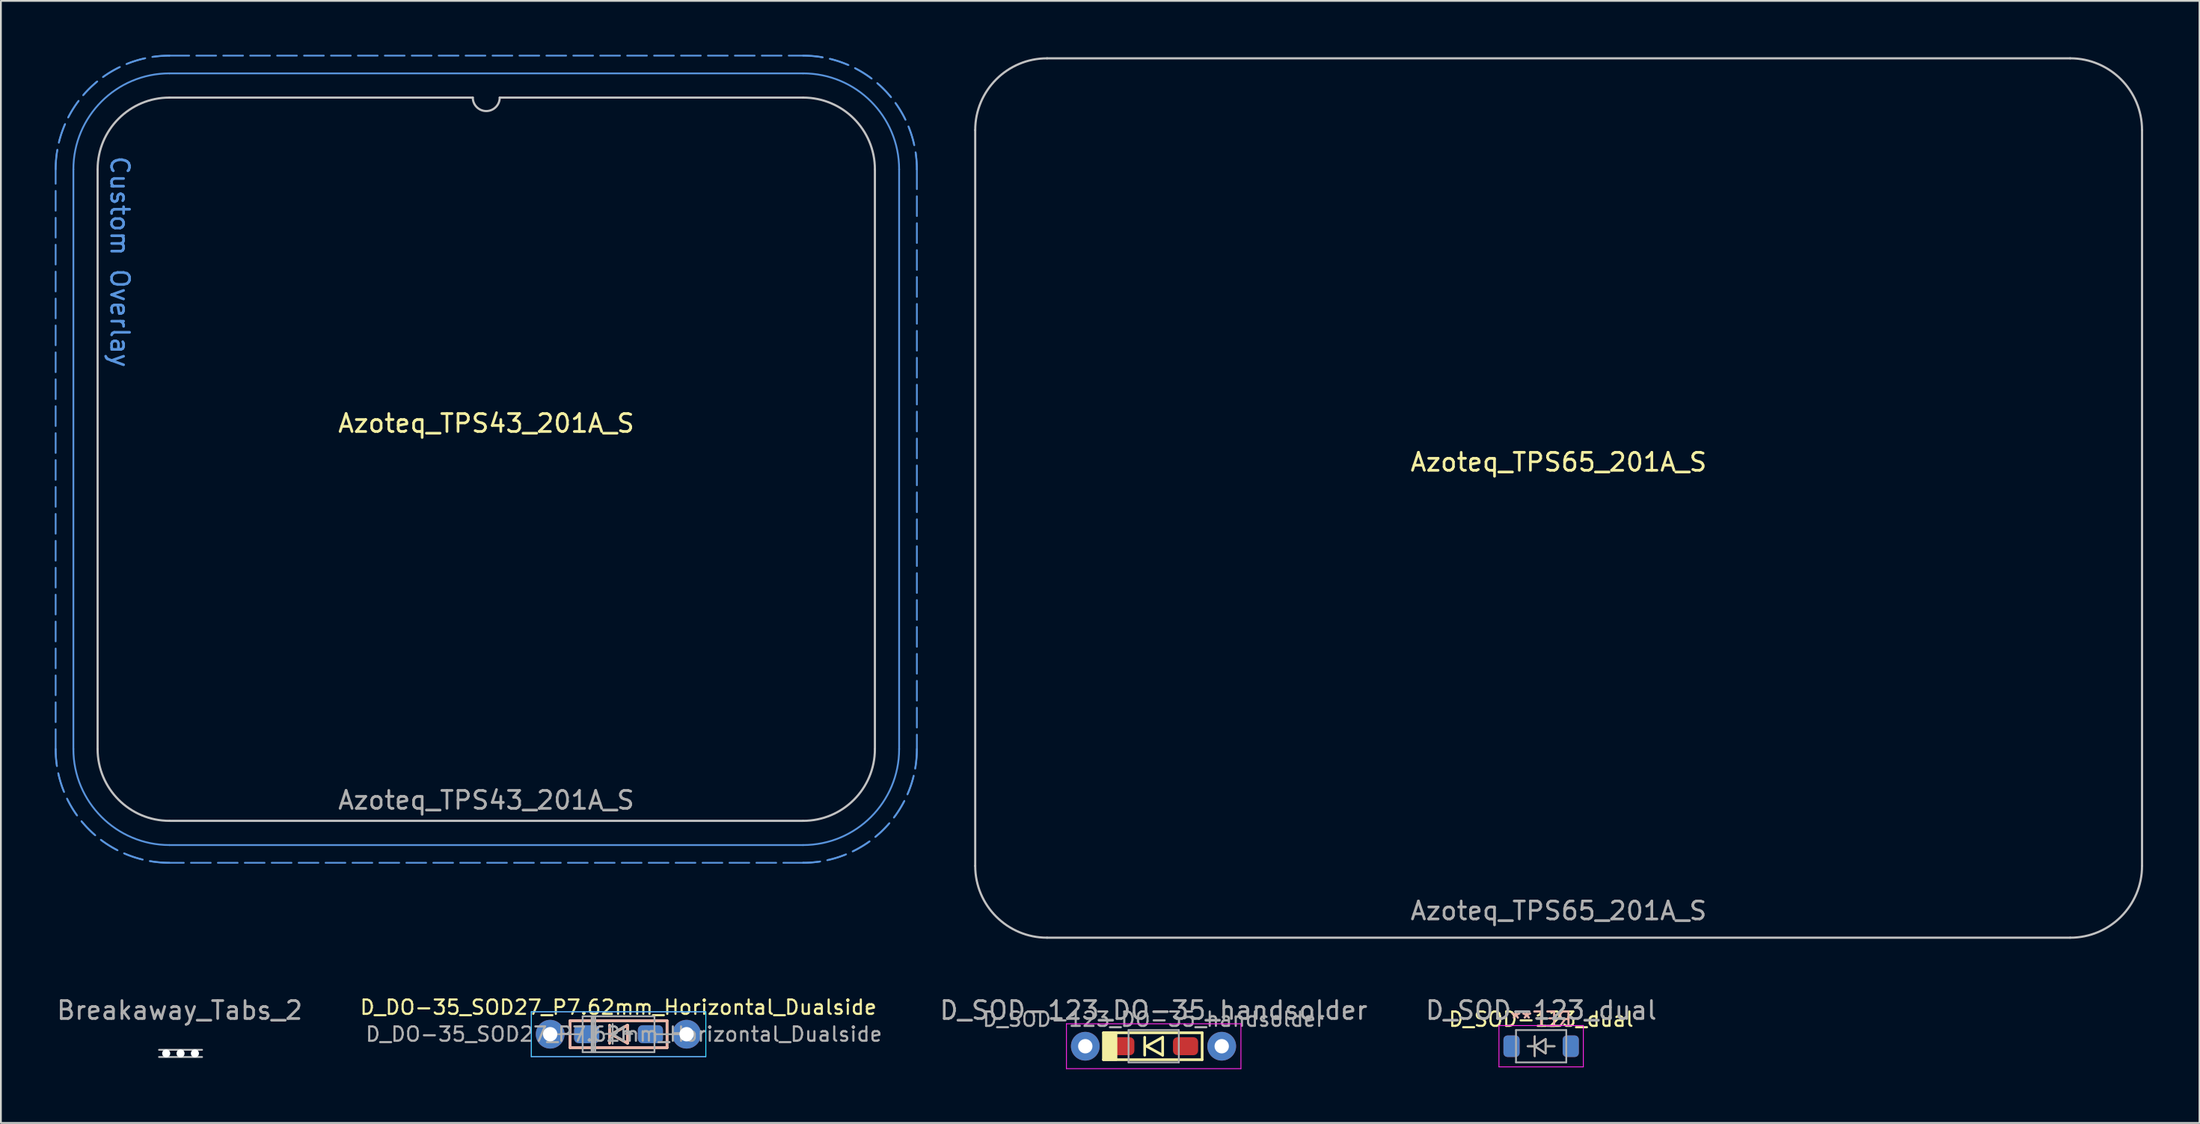
<source format=kicad_pcb>
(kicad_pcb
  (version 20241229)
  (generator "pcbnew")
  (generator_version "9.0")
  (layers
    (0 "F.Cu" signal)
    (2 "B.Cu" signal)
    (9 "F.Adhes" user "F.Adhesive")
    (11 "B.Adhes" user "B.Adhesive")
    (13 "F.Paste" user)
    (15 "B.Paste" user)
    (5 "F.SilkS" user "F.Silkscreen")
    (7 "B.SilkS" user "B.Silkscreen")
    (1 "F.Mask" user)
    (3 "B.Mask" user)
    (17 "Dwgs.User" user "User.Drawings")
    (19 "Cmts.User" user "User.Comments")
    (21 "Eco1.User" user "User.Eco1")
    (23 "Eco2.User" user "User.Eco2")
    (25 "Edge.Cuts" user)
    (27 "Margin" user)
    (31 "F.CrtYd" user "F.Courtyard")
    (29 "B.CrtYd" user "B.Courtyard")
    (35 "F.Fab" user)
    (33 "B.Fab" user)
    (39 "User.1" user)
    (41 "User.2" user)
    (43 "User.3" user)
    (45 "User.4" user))
  (footprint "Azoteq_TPS43_201A_S"
    (layer "F.Cu")
    (at 24.038 22.538)
    (property "Reference" "Azoteq_TPS43_201A_S" (at 0 -2 0) (unlocked yes) (layer "F.SilkS") (effects (font (size 1 1) (thickness 0.15))))
    (fp_line (start -21.65 16.15) (end -21.65 -16.15) (stroke (width 0.12) (type default)) (layer "Dwgs.User"))
    (fp_line (start -17.65 -20.15) (end -0.75 -20.15) (stroke (width 0.12) (type default)) (layer "Dwgs.User"))
    (fp_line (start -17.65 20.15) (end 17.65 20.15) (stroke (width 0.12) (type default)) (layer "Dwgs.User"))
    (fp_line (start 17.65 -20.15) (end 0.75 -20.15) (stroke (width 0.12) (type default)) (layer "Dwgs.User"))
    (fp_line (start 21.65 16.15) (end 21.65 -16.15) (stroke (width 0.12) (type default)) (layer "Dwgs.User"))
    (fp_arc (start -21.65 -16.15) (mid -20.478427 -18.978427) (end -17.65 -20.15) (stroke (width 0.12) (type default)) (layer "Dwgs.User"))
    (fp_arc (start -17.65 20.15) (mid -20.478427 18.978427) (end -21.65 16.15) (stroke (width 0.12) (type default)) (layer "Dwgs.User"))
    (fp_arc (start 0.75 -20.15) (mid 0 -19.4) (end -0.75 -20.15) (stroke (width 0.12) (type default)) (layer "Dwgs.User"))
    (fp_arc (start 17.65 -20.15) (mid 20.478427 -18.978427) (end 21.65 -16.15) (stroke (width 0.12) (type default)) (layer "Dwgs.User"))
    (fp_arc (start 21.65 16.15) (mid 20.478427 18.978427) (end 17.65 20.15) (stroke (width 0.12) (type default)) (layer "Dwgs.User"))
    (fp_line (start -23.988 16.15) (end -23.988 -16.15) (stroke (width 0.1) (type dash)) (layer "Cmts.User"))
    (fp_line (start -23 16.15) (end -23 -16.15) (stroke (width 0.1) (type default)) (layer "Cmts.User"))
    (fp_line (start -17.65 -22.488) (end 17.65 -22.488) (stroke (width 0.1) (type dash)) (layer "Cmts.User"))
    (fp_line (start -17.65 -21.5) (end 17.65 -21.5) (stroke (width 0.1) (type default)) (layer "Cmts.User"))
    (fp_line (start 17.65 21.5) (end -17.65 21.5) (stroke (width 0.1) (type default)) (layer "Cmts.User"))
    (fp_line (start 17.65 22.488) (end -17.65 22.488) (stroke (width 0.1) (type dash)) (layer "Cmts.User"))
    (fp_line (start 23 -16.15) (end 23 16.15) (stroke (width 0.1) (type default)) (layer "Cmts.User"))
    (fp_line (start 23.988 -16.15) (end 23.988 16.15) (stroke (width 0.1) (type dash)) (layer "Cmts.User"))
    (fp_arc (start -23.988 -16.15) (mid -22.131643 -20.631642) (end -17.65 -22.488) (stroke (width 0.1) (type dash)) (layer "Cmts.User"))
    (fp_arc (start -23 -16.15) (mid -21.433022 -19.933022) (end -17.65 -21.5) (stroke (width 0.1) (type default)) (layer "Cmts.User"))
    (fp_arc (start -17.65 21.5) (mid -21.433022 19.933022) (end -23 16.15) (stroke (width 0.1) (type default)) (layer "Cmts.User"))
    (fp_arc (start -17.65 22.488) (mid -22.131641 20.631642) (end -23.988 16.15) (stroke (width 0.1) (type dash)) (layer "Cmts.User"))
    (fp_arc (start 17.65 -22.488) (mid 22.131642 -20.631643) (end 23.988 -16.15) (stroke (width 0.1) (type dash)) (layer "Cmts.User"))
    (fp_arc (start 17.65 -21.5) (mid 21.433022 -19.933022) (end 23 -16.15) (stroke (width 0.1) (type default)) (layer "Cmts.User"))
    (fp_arc (start 23 16.15) (mid 21.433021 19.933021) (end 17.65 21.5) (stroke (width 0.1) (type default)) (layer "Cmts.User"))
    (fp_arc (start 23.988 16.15) (mid 22.131642 20.631642) (end 17.65 22.488) (stroke (width 0.1) (type dash)) (layer "Cmts.User"))
    (fp_line (start -21.8 16.15) (end -21.8 -16.15) (stroke (width 0.1) (type default)) (layer "Eco1.User"))
    (fp_line (start -17.65 -20.3) (end 17.65 -20.3) (stroke (width 0.1) (type default)) (layer "Eco1.User"))
    (fp_line (start 17.65 20.3) (end -17.65 20.3) (stroke (width 0.1) (type default)) (layer "Eco1.User"))
    (fp_line (start 21.8 -16.15) (end 21.8 16.15) (stroke (width 0.1) (type default)) (layer "Eco1.User"))
    (fp_arc (start -21.8 -16.15) (mid -20.584493 -19.084493) (end -17.65 -20.3) (stroke (width 0.1) (type default)) (layer "Eco1.User"))
    (fp_arc (start -17.65 20.3) (mid -20.584493 19.084493) (end -21.8 16.15) (stroke (width 0.1) (type default)) (layer "Eco1.User"))
    (fp_arc (start 17.65 -20.3) (mid 20.584493 -19.084493) (end 21.8 -16.15) (stroke (width 0.1) (type default)) (layer "Eco1.User"))
    (fp_arc (start 21.8 16.15) (mid 20.584493 19.084493) (end 17.65 20.3) (stroke (width 0.1) (type default)) (layer "Eco1.User"))
    (fp_text user "Custom Overlay" (at -21 -11 270) (unlocked yes) (layer "Cmts.User") (effects (font (size 1 1) (thickness 0.15)) (justify bottom)))
    (fp_text user "Overlay cut1 TOL" (at 21.1 15.8 90) (unlocked yes) (layer "Eco1.User") (effects (font (size 1 1) (thickness 0.15)) (justify left bottom)))
    (fp_text user "${REFERENCE}" (at 0 19 0) (unlocked yes) (layer "F.Fab") (effects (font (size 1 1) (thickness 0.15)))))
  (footprint "Azoteq_TPS65_201A_S"
    (layer "F.Cu")
    (at 83.776 24.7)
    (property "Reference" "Azoteq_TPS65_201A_S" (at 0 -2 0) (unlocked yes) (layer "F.SilkS") (effects (font (size 1 1) (thickness 0.15))))
    (fp_line (start -32.5 20.5) (end -32.5 -20.5) (stroke (width 0.12) (type default)) (layer "Dwgs.User"))
    (fp_line (start 28.5 -24.5) (end -28.5 -24.5) (stroke (width 0.12) (type default)) (layer "Dwgs.User"))
    (fp_line (start 28.5 24.5) (end -28.5 24.5) (stroke (width 0.12) (type default)) (layer "Dwgs.User"))
    (fp_line (start 32.5 -20.5) (end 32.5 20.5) (stroke (width 0.12) (type default)) (layer "Dwgs.User"))
    (fp_arc (start -32.5 -20.5) (mid -31.328427 -23.328427) (end -28.5 -24.5) (stroke (width 0.12) (type default)) (layer "Dwgs.User"))
    (fp_arc (start -28.5 24.5) (mid -31.328427 23.328427) (end -32.5 20.5) (stroke (width 0.12) (type default)) (layer "Dwgs.User"))
    (fp_arc (start 28.5 -24.5) (mid 31.328427 -23.328427) (end 32.5 -20.5) (stroke (width 0.12) (type default)) (layer "Dwgs.User"))
    (fp_arc (start 32.5 20.5) (mid 31.328427 23.328427) (end 28.5 24.5) (stroke (width 0.12) (type default)) (layer "Dwgs.User"))
    (fp_line (start -32.65 -20.5) (end -32.65 20.5) (stroke (width 0.1) (type default)) (layer "Eco1.User"))
    (fp_line (start -28.5 24.65) (end 28.5 24.65) (stroke (width 0.1) (type default)) (layer "Eco1.User"))
    (fp_line (start 28.5 -24.65) (end -28.5 -24.65) (stroke (width 0.1) (type default)) (layer "Eco1.User"))
    (fp_line (start 32.65 20.5) (end 32.65 -20.5) (stroke (width 0.1) (type default)) (layer "Eco1.User"))
    (fp_arc (start -32.65 -20.5) (mid -31.434493 -23.434493) (end -28.5 -24.65) (stroke (width 0.1) (type default)) (layer "Eco1.User"))
    (fp_arc (start -28.5 24.65) (mid -31.434493 23.434493) (end -32.65 20.5) (stroke (width 0.1) (type default)) (layer "Eco1.User"))
    (fp_arc (start 28.5 -24.65) (mid 31.434493 -23.434493) (end 32.65 -20.5) (stroke (width 0.1) (type default)) (layer "Eco1.User"))
    (fp_arc (start 32.65 20.5) (mid 31.434493 23.434493) (end 28.5 24.65) (stroke (width 0.1) (type default)) (layer "Eco1.User"))
    (fp_text user "Overlay cut1 TOL" (at 32 20.5 90) (unlocked yes) (layer "Eco1.User") (effects (font (size 1 1) (thickness 0.15)) (justify left bottom)))
    (fp_text user "${REFERENCE}" (at 0 23 0) (unlocked yes) (layer "F.Fab") (effects (font (size 1 1) (thickness 0.15)))))
  (footprint "D_DO-35_SOD27_P7.62mm_Horizontal_Dualside"
    (layer "F.Cu")
    (at 31.398 54.579)
    (property "Reference" "D_DO-35_SOD27_P7.62mm_Horizontal_Dualside" (at 0 -1.5 180) (layer "F.SilkS") (effects (font (size 0.8 0.8) (thickness 0.12))))
    (attr through_hole)
    (fp_line (start -2.69 -0.75) (end -2.69 0.75) (stroke (width 0.15) (type solid)) (layer "F.SilkS"))
    (fp_line (start -2.69 0.75) (end 2.71 0.75) (stroke (width 0.15) (type solid)) (layer "F.SilkS"))
    (fp_line (start -0.49 -0.5) (end -0.49 0.5) (stroke (width 0.15) (type solid)) (layer "F.SilkS"))
    (fp_line (start -0.39 0) (end 0.51 -0.5) (stroke (width 0.15) (type solid)) (layer "F.SilkS"))
    (fp_line (start 0.51 -0.5) (end 0.51 0.5) (stroke (width 0.15) (type solid)) (layer "F.SilkS"))
    (fp_line (start 0.51 0.5) (end -0.39 0) (stroke (width 0.15) (type solid)) (layer "F.SilkS"))
    (fp_line (start 2.71 -0.75) (end -2.69 -0.75) (stroke (width 0.15) (type solid)) (layer "F.SilkS"))
    (fp_line (start 2.71 -0.75) (end 2.71 0.75) (stroke (width 0.15) (type solid)) (layer "F.SilkS"))
    (fp_line (start -2.69 -0.75) (end -2.69 0.75) (stroke (width 0.15) (type solid)) (layer "B.SilkS"))
    (fp_line (start -2.69 -0.75) (end 2.71 -0.75) (stroke (width 0.15) (type solid)) (layer "B.SilkS"))
    (fp_line (start -0.49 0.5) (end -0.49 -0.5) (stroke (width 0.15) (type solid)) (layer "B.SilkS"))
    (fp_line (start -0.39 0) (end 0.51 0.5) (stroke (width 0.15) (type solid)) (layer "B.SilkS"))
    (fp_line (start 0.51 -0.5) (end -0.39 0) (stroke (width 0.15) (type solid)) (layer "B.SilkS"))
    (fp_line (start 0.51 0.5) (end 0.51 -0.5) (stroke (width 0.15) (type solid)) (layer "B.SilkS"))
    (fp_line (start 2.71 -0.75) (end 2.71 0.75) (stroke (width 0.15) (type solid)) (layer "B.SilkS"))
    (fp_line (start 2.71 0.75) (end -2.69 0.75) (stroke (width 0.15) (type solid)) (layer "B.SilkS"))
    (fp_line (start -4.85 -1.25) (end 4.87 -1.25) (stroke (width 0.05) (type solid)) (layer "B.CrtYd"))
    (fp_line (start -4.85 1.25) (end -4.85 -1.25) (stroke (width 0.05) (type solid)) (layer "B.CrtYd"))
    (fp_line (start 4.87 -1.25) (end 4.87 1.25) (stroke (width 0.05) (type solid)) (layer "B.CrtYd"))
    (fp_line (start 4.87 1.25) (end -4.85 1.25) (stroke (width 0.05) (type solid)) (layer "B.CrtYd"))
    (fp_line (start -4.85 -1.25) (end -4.85 1.25) (stroke (width 0.05) (type solid)) (layer "F.CrtYd"))
    (fp_line (start -4.85 1.25) (end 4.87 1.25) (stroke (width 0.05) (type solid)) (layer "F.CrtYd"))
    (fp_line (start 4.87 -1.25) (end -4.85 -1.25) (stroke (width 0.05) (type solid)) (layer "F.CrtYd"))
    (fp_line (start 4.87 1.25) (end 4.87 -1.25) (stroke (width 0.05) (type solid)) (layer "F.CrtYd"))
    (fp_line (start -3.8 0) (end -1.99 0) (stroke (width 0.1) (type solid)) (layer "F.Fab"))
    (fp_line (start -1.99 -1) (end -1.99 1) (stroke (width 0.1) (type solid)) (layer "F.Fab"))
    (fp_line (start -1.99 1) (end 2.01 1) (stroke (width 0.1) (type solid)) (layer "F.Fab"))
    (fp_line (start -1.49 -1) (end -1.49 1) (stroke (width 0.1) (type solid)) (layer "F.Fab"))
    (fp_line (start -1.39 -1) (end -1.39 1) (stroke (width 0.1) (type solid)) (layer "F.Fab"))
    (fp_line (start -1.29 -1) (end -1.29 1) (stroke (width 0.1) (type solid)) (layer "F.Fab"))
    (fp_line (start -0.72 -0.02) (end -0.32 -0.02) (stroke (width 0.1) (type solid)) (layer "F.Fab"))
    (fp_line (start -0.32 -0.02) (end -0.32 -0.57) (stroke (width 0.1) (type solid)) (layer "F.Fab"))
    (fp_line (start -0.32 -0.02) (end -0.32 0.53) (stroke (width 0.1) (type solid)) (layer "F.Fab"))
    (fp_line (start -0.32 -0.02) (end 0.28 -0.42) (stroke (width 0.1) (type solid)) (layer "F.Fab"))
    (fp_line (start 0.28 -0.42) (end 0.28 0.38) (stroke (width 0.1) (type solid)) (layer "F.Fab"))
    (fp_line (start 0.28 -0.02) (end 0.78 -0.02) (stroke (width 0.1) (type solid)) (layer "F.Fab"))
    (fp_line (start 0.28 0.38) (end -0.32 -0.02) (stroke (width 0.1) (type solid)) (layer "F.Fab"))
    (fp_line (start 2.01 -1) (end -1.99 -1) (stroke (width 0.1) (type solid)) (layer "F.Fab"))
    (fp_line (start 2.01 1) (end 2.01 -1) (stroke (width 0.1) (type solid)) (layer "F.Fab"))
    (fp_line (start 3.82 0) (end 2.01 0) (stroke (width 0.1) (type solid)) (layer "F.Fab"))
    (fp_text user "${REFERENCE}" (at 0.31 0 180) (layer "F.Fab") (effects (font (size 0.8 0.8) (thickness 0.12))))
    (pad "1" thru_hole circle (at -3.8 0) (size 1.6 1.6) (drill 0.8) (layers "*.Cu" "*.Mask"))
    (pad "1" smd roundrect (at -1.765 0) (size 1.4 1) (layers "F.Cu" "F.Mask" "F.Paste") (roundrect_rratio 0.25))
    (pad "1" smd roundrect (at -1.765 0 180) (size 1.4 1) (layers "B.Cu" "B.Mask" "B.Paste") (roundrect_rratio 0.25))
    (pad "2" smd roundrect (at 1.785 0) (size 1.4 1) (layers "F.Cu" "F.Mask" "F.Paste") (roundrect_rratio 0.25))
    (pad "2" smd roundrect (at 1.785 0 180) (size 1.4 1) (layers "B.Cu" "B.Mask" "B.Paste") (roundrect_rratio 0.25))
    (pad "2" thru_hole oval (at 3.8 0) (size 1.6 1.6) (drill 0.8) (layers "*.Cu" "*.Mask")))
  (footprint "D_SOD-123_dual"
    (layer "F.Cu")
    (at 82.802 55.248)
    (property "Reference" "D_SOD-123_dual" (at 0 -1.5 0) (layer "F.SilkS") (effects (font (size 0.8 0.8) (thickness 0.12))))
    (attr smd)
    (fp_line (start -0.756 0) (end -0.356 0) (stroke (width 0.1) (type solid)) (layer "F.SilkS"))
    (fp_line (start -0.356 0) (end -0.356 -0.55) (stroke (width 0.1) (type solid)) (layer "F.SilkS"))
    (fp_line (start -0.356 0) (end -0.356 0.55) (stroke (width 0.1) (type solid)) (layer "F.SilkS"))
    (fp_line (start -0.356 0) (end 0.244 -0.4) (stroke (width 0.1) (type solid)) (layer "F.SilkS"))
    (fp_line (start 0.244 -0.4) (end 0.244 0.4) (stroke (width 0.1) (type solid)) (layer "F.SilkS"))
    (fp_line (start 0.244 0) (end 0.744 0) (stroke (width 0.1) (type solid)) (layer "F.SilkS"))
    (fp_line (start 0.244 0.4) (end -0.356 0) (stroke (width 0.1) (type solid)) (layer "F.SilkS"))
    (fp_line (start -0.756 0) (end -0.356 0) (stroke (width 0.1) (type solid)) (layer "B.SilkS"))
    (fp_line (start -0.356 0) (end -0.356 -0.55) (stroke (width 0.1) (type solid)) (layer "B.SilkS"))
    (fp_line (start -0.356 0) (end -0.356 0.55) (stroke (width 0.1) (type solid)) (layer "B.SilkS"))
    (fp_line (start -0.356 0) (end 0.244 0.4) (stroke (width 0.1) (type solid)) (layer "B.SilkS"))
    (fp_line (start 0.244 -0.4) (end -0.356 0) (stroke (width 0.1) (type solid)) (layer "B.SilkS"))
    (fp_line (start 0.244 0) (end 0.744 0) (stroke (width 0.1) (type solid)) (layer "B.SilkS"))
    (fp_line (start 0.244 0.4) (end 0.244 -0.4) (stroke (width 0.1) (type solid)) (layer "B.SilkS"))
    (fp_line (start -2.35 -1.15) (end -2.35 1.15) (stroke (width 0.05) (type solid)) (layer "F.CrtYd"))
    (fp_line (start -2.35 -1.15) (end 2.35 -1.15) (stroke (width 0.05) (type solid)) (layer "F.CrtYd"))
    (fp_line (start 2.35 -1.15) (end 2.35 1.15) (stroke (width 0.05) (type solid)) (layer "F.CrtYd"))
    (fp_line (start 2.35 1.15) (end -2.35 1.15) (stroke (width 0.05) (type solid)) (layer "F.CrtYd"))
    (fp_line (start -1.4 -0.9) (end 1.4 -0.9) (stroke (width 0.1) (type solid)) (layer "F.Fab"))
    (fp_line (start -1.4 0.9) (end -1.4 -0.9) (stroke (width 0.1) (type solid)) (layer "F.Fab"))
    (fp_line (start -0.75 0) (end -0.35 0) (stroke (width 0.1) (type solid)) (layer "F.Fab"))
    (fp_line (start -0.35 0) (end -0.35 -0.55) (stroke (width 0.1) (type solid)) (layer "F.Fab"))
    (fp_line (start -0.35 0) (end -0.35 0.55) (stroke (width 0.1) (type solid)) (layer "F.Fab"))
    (fp_line (start -0.35 0) (end 0.25 -0.4) (stroke (width 0.1) (type solid)) (layer "F.Fab"))
    (fp_line (start 0.25 -0.4) (end 0.25 0.4) (stroke (width 0.1) (type solid)) (layer "F.Fab"))
    (fp_line (start 0.25 0) (end 0.75 0) (stroke (width 0.1) (type solid)) (layer "F.Fab"))
    (fp_line (start 0.25 0.4) (end -0.35 0) (stroke (width 0.1) (type solid)) (layer "F.Fab"))
    (fp_line (start 1.4 -0.9) (end 1.4 0.9) (stroke (width 0.1) (type solid)) (layer "F.Fab"))
    (fp_line (start 1.4 0.9) (end -1.4 0.9) (stroke (width 0.1) (type solid)) (layer "F.Fab"))
    (fp_text user "REF**" (at 0 -1.5 0) (layer "B.SilkS") (effects (font (size 0.8 0.8) (thickness 0.12)) (justify mirror)))
    (fp_text user "${REFERENCE}" (at 0 -2 0) (layer "F.Fab") (effects (font (size 1 1) (thickness 0.15))))
    (pad "1" smd roundrect (at -1.65 0) (size 0.9 1.2) (layers "F.Cu" "F.Mask" "F.Paste") (roundrect_rratio 0.25))
    (pad "1" smd roundrect (at -1.65 0 180) (size 0.9 1.2) (layers "B.Cu" "B.Mask" "B.Paste") (roundrect_rratio 0.25))
    (pad "2" smd roundrect (at 1.65 0) (size 0.9 1.2) (layers "F.Cu" "F.Mask" "F.Paste") (roundrect_rratio 0.25))
    (pad "2" smd roundrect (at 1.65 0 180) (size 0.9 1.2) (layers "B.Cu" "B.Mask" "B.Paste") (roundrect_rratio 0.25)))
  (footprint "D_SOD-123_DO-35_handsolder"
    (layer "F.Cu")
    (at 61.218 55.248)
    (property "Reference" "D_SOD-123_DO-35_handsolder" (at 0 -1.5 0) (layer "F.Fab") (effects (font (size 0.8 0.8) (thickness 0.12))))
    (attr smd)
    (fp_line (start -2.8 -0.75) (end -2.8 0.75) (stroke (width 0.15) (type solid)) (layer "F.SilkS"))
    (fp_line (start -2.8 0.75) (end 2.7 0.75) (stroke (width 0.15) (type solid)) (layer "F.SilkS"))
    (fp_line (start -2.7 -0.75) (end -2.7 0.75) (stroke (width 0.15) (type solid)) (layer "F.SilkS"))
    (fp_line (start -2.6 -0.75) (end -2.6 0.75) (stroke (width 0.15) (type solid)) (layer "F.SilkS"))
    (fp_line (start -2.5 -0.75) (end -2.5 0.75) (stroke (width 0.15) (type solid)) (layer "F.SilkS"))
    (fp_line (start -2.4 -0.75) (end -2.4 0.75) (stroke (width 0.15) (type solid)) (layer "F.SilkS"))
    (fp_line (start -2.3 -0.75) (end -2.3 0.75) (stroke (width 0.15) (type solid)) (layer "F.SilkS"))
    (fp_line (start -2.2 -0.75) (end -2.2 0.75) (stroke (width 0.15) (type solid)) (layer "F.SilkS"))
    (fp_line (start -2.1 -0.75) (end -2.1 0.75) (stroke (width 0.15) (type solid)) (layer "F.SilkS"))
    (fp_line (start -0.5 -0.5) (end -0.5 0.5) (stroke (width 0.15) (type solid)) (layer "F.SilkS"))
    (fp_line (start -0.4 0) (end 0.5 -0.5) (stroke (width 0.15) (type solid)) (layer "F.SilkS"))
    (fp_line (start 0.5 -0.5) (end 0.5 0.5) (stroke (width 0.15) (type solid)) (layer "F.SilkS"))
    (fp_line (start 0.5 0.5) (end -0.4 0) (stroke (width 0.15) (type solid)) (layer "F.SilkS"))
    (fp_line (start 2.7 -0.75) (end -2.8 -0.75) (stroke (width 0.15) (type solid)) (layer "F.SilkS"))
    (fp_line (start 2.7 -0.75) (end 2.7 0.75) (stroke (width 0.15) (type solid)) (layer "F.SilkS"))
    (fp_line (start -4.86 -1.25) (end -4.86 1.25) (stroke (width 0.05) (type solid)) (layer "F.CrtYd"))
    (fp_line (start 4.86 -1.25) (end -4.86 -1.25) (stroke (width 0.05) (type default)) (layer "F.CrtYd"))
    (fp_line (start 4.86 -1.25) (end 4.86 1.25) (stroke (width 0.05) (type solid)) (layer "F.CrtYd"))
    (fp_line (start 4.86 1.25) (end -4.86 1.25) (stroke (width 0.05) (type solid)) (layer "F.CrtYd"))
    (fp_line (start -1.4 -0.9) (end 1.4 -0.9) (stroke (width 0.1) (type solid)) (layer "F.Fab"))
    (fp_line (start -1.4 0.9) (end -1.4 -0.9) (stroke (width 0.1) (type solid)) (layer "F.Fab"))
    (fp_line (start 1.4 -0.9) (end 1.4 0.9) (stroke (width 0.1) (type solid)) (layer "F.Fab"))
    (fp_line (start 1.4 0.9) (end -1.4 0.9) (stroke (width 0.1) (type solid)) (layer "F.Fab"))
    (fp_text user "${REFERENCE}" (at 0 -2 0) (layer "F.Fab") (effects (font (size 1 1) (thickness 0.15))))
    (pad "1" thru_hole circle (at -3.81 0 180) (size 1.6 1.6) (drill 0.8) (layers "*.Cu" "*.Mask"))
    (pad "1" smd roundrect (at -1.775 0) (size 1.4 1) (layers "F.Cu" "F.Mask" "F.Paste") (roundrect_rratio 0.25))
    (pad "2" smd roundrect (at 1.775 0) (size 1.4 1) (layers "F.Cu" "F.Mask" "F.Paste") (roundrect_rratio 0.25))
    (pad "2" thru_hole oval (at 3.79 0 180) (size 1.6 1.6) (drill 0.8) (layers "*.Cu" "*.Mask")))
  (footprint "Breakaway_Tabs_2"
    (layer "F.Cu")
    (at 7.008 55.648)
    (property "Reference" "Breakaway_Tabs_2" (at -0.05 -2.4 0) (layer "F.Fab") (effects (font (size 1 1) (thickness 0.15))))
    (attr through_hole)
    (fp_line (start -1.2 -0.2) (end 1.2 -0.2) (stroke (width 0.1) (type solid)) (layer "Dwgs.User"))
    (fp_line (start -1.2 0.2) (end 1.2 0.2) (stroke (width 0.1) (type solid)) (layer "Dwgs.User"))
    (pad "" np_thru_hole circle (at -0.8 0 180) (size 0.45 0.45) (drill 0.45) (layers "*.Cu" "*.Mask"))
    (pad "" np_thru_hole circle (at 0 0 180) (size 0.45 0.45) (drill 0.45) (layers "*.Cu" "*.Mask"))
    (pad "" np_thru_hole circle (at 0.8 0 180) (size 0.45 0.45) (drill 0.45) (layers "*.Cu" "*.Mask")))
  (gr_rect
    (start -3 -3)
    (end 119.476 59.523)
    (stroke (width 0.1) (type default))
    (fill no)
    (layer "Edge.Cuts")))
</source>
